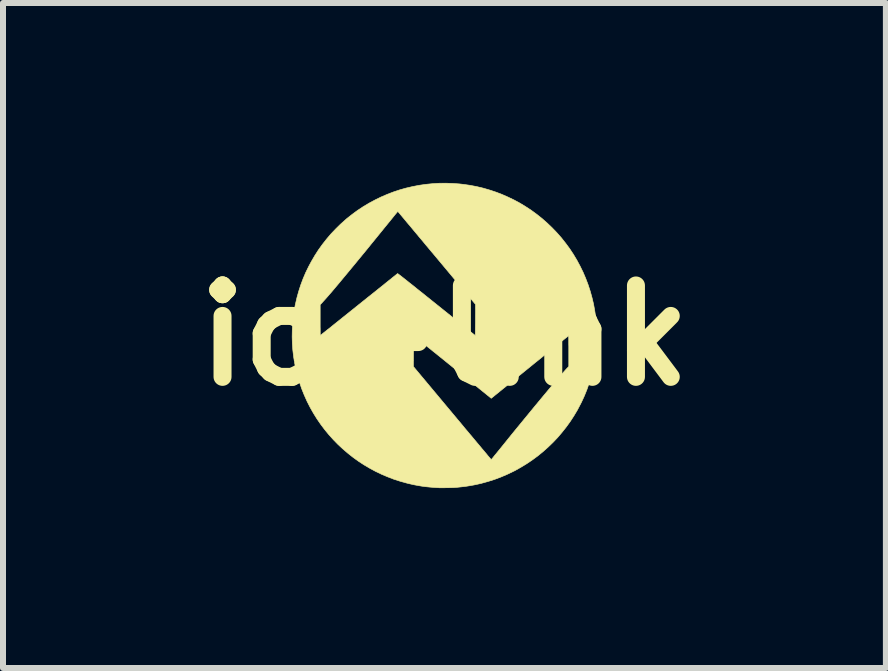
<source format=kicad_pcb>
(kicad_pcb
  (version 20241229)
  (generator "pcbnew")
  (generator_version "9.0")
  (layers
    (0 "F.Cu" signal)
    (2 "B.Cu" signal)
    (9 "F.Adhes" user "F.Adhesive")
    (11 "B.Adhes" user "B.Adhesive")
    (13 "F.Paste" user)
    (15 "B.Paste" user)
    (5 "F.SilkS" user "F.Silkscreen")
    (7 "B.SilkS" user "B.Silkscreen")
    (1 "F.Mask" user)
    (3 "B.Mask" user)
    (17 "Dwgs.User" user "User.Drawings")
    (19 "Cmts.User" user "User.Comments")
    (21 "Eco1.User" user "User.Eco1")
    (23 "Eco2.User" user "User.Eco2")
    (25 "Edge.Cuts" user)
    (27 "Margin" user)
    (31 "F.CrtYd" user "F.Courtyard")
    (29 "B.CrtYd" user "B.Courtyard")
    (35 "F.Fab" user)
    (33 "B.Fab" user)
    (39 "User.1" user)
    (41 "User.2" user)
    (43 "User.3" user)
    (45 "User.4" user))
  (footprint "io-link"
    (layer "F.Cu")
    (at 4.362 2.545)
    (property "Reference" "io-link" (at 0 0 0) (layer "F.SilkS") (effects (font (size 1.524 1.524) (thickness 0.3))))
    (attr through_hole)
    (fp_poly (pts (xy 0.137 -2.536) (xy 0.25 -2.528) (xy 0.312 -2.521) (xy 0.424 -2.505) (xy 0.535 -2.484) (xy 0.644 -2.458) (xy 0.751 -2.427) (xy 0.857 -2.392) (xy 0.961 -2.352) (xy 1.063 -2.307) (xy 1.163 -2.259) (xy 1.261 -2.206) (xy 1.356 -2.148) (xy 1.449 -2.087) (xy 1.539 -2.021) (xy 1.627 -1.951) (xy 1.711 -1.877) (xy 1.792 -1.8) (xy 1.871 -1.718) (xy 1.946 -1.633) (xy 1.952 -1.626) (xy 2.022 -1.537) (xy 2.089 -1.446) (xy 2.151 -1.352) (xy 2.209 -1.255) (xy 2.262 -1.156) (xy 2.311 -1.056) (xy 2.355 -0.953) (xy 2.395 -0.848) (xy 2.43 -0.741) (xy 2.46 -0.633) (xy 2.486 -0.524) (xy 2.506 -0.413) (xy 2.521 -0.312) (xy 2.532 -0.199) (xy 2.538 -0.086) (xy 2.54 0.026) (xy 2.536 0.139) (xy 2.528 0.251) (xy 2.514 0.362) (xy 2.496 0.473) (xy 2.473 0.582) (xy 2.445 0.691) (xy 2.412 0.798) (xy 2.375 0.903) (xy 2.333 1.007) (xy 2.286 1.109) (xy 2.268 1.144) (xy 2.215 1.245) (xy 2.157 1.342) (xy 2.095 1.437) (xy 2.029 1.528) (xy 1.959 1.616) (xy 1.886 1.702) (xy 1.809 1.783) (xy 1.728 1.861) (xy 1.644 1.936) (xy 1.557 2.007) (xy 1.466 2.074) (xy 1.373 2.137) (xy 1.276 2.196) (xy 1.177 2.252) (xy 1.144 2.268) (xy 1.044 2.316) (xy 0.943 2.359) (xy 0.84 2.398) (xy 0.734 2.432) (xy 0.626 2.462) (xy 0.624 2.463) (xy 0.555 2.479) (xy 0.488 2.493) (xy 0.42 2.505) (xy 0.351 2.516) (xy 0.281 2.524) (xy 0.206 2.532) (xy 0.163 2.535) (xy 0.152 2.536) (xy 0.137 2.536) (xy 0.119 2.537) (xy 0.098 2.537) (xy 0.075 2.538) (xy 0.051 2.538) (xy 0.026 2.538) (xy 0.001 2.539) (xy -0.022 2.539) (xy -0.044 2.539) (xy -0.063 2.539) (xy -0.079 2.539) (xy -0.091 2.539) (xy -0.095 2.538) (xy -0.171 2.534) (xy -0.243 2.528) (xy -0.312 2.521) (xy -0.379 2.512) (xy -0.444 2.501) (xy -0.509 2.489) (xy -0.575 2.474) (xy -0.629 2.461) (xy -0.737 2.431) (xy -0.843 2.397) (xy -0.947 2.357) (xy -1.049 2.314) (xy -1.149 2.266) (xy -1.247 2.213) (xy -1.342 2.157) (xy -1.434 2.097) (xy -1.524 2.032) (xy -1.61 1.964) (xy -1.694 1.892) (xy -1.775 1.817) (xy -1.852 1.738) (xy -1.926 1.656) (xy -1.996 1.571) (xy -2.063 1.482) (xy -2.126 1.391) (xy -2.185 1.296) (xy -2.24 1.199) (xy -2.291 1.099) (xy -2.337 0.996) (xy -2.338 0.994) (xy -2.38 0.89) (xy -2.416 0.785) (xy -2.449 0.678) (xy -2.476 0.57) (xy -2.487 0.518) (xy -0.518 0.518) (xy 0.13 1.294) (xy 0.176 1.349) (xy 0.221 1.403) (xy 0.265 1.455) (xy 0.308 1.507) (xy 0.349 1.557) (xy 0.39 1.605) (xy 0.429 1.652) (xy 0.467 1.697) (xy 0.503 1.74) (xy 0.537 1.781) (xy 0.57 1.82) (xy 0.601 1.857) (xy 0.629 1.891) (xy 0.656 1.922) (xy 0.68 1.951) (xy 0.702 1.977) (xy 0.721 2.001) (xy 0.738 2.021) (xy 0.752 2.037) (xy 0.764 2.051) (xy 0.772 2.061) (xy 0.778 2.067) (xy 0.78 2.07) (xy 0.78 2.07) (xy 0.782 2.067) (xy 0.787 2.062) (xy 0.794 2.053) (xy 0.804 2.042) (xy 0.815 2.028) (xy 0.828 2.012) (xy 0.842 1.994) (xy 0.855 1.979) (xy 0.929 1.888) (xy 1.001 1.799) (xy 1.071 1.712) (xy 1.139 1.628) (xy 1.206 1.546) (xy 1.271 1.467) (xy 1.333 1.391) (xy 1.394 1.317) (xy 1.452 1.246) (xy 1.508 1.178) (xy 1.562 1.113) (xy 1.614 1.05) (xy 1.663 0.991) (xy 1.71 0.935) (xy 1.754 0.882) (xy 1.796 0.832) (xy 1.835 0.786) (xy 1.871 0.743) (xy 1.905 0.703) (xy 1.936 0.668) (xy 1.964 0.635) (xy 1.989 0.607) (xy 2.011 0.582) (xy 2.03 0.561) (xy 2.046 0.544) (xy 2.073 0.516) (xy 2.073 0.259) (xy 2.073 0.219) (xy 2.073 0.181) (xy 2.072 0.147) (xy 2.072 0.115) (xy 2.072 0.087) (xy 2.072 0.063) (xy 2.072 0.042) (xy 2.071 0.025) (xy 2.071 0.013) (xy 2.071 0.006) (xy 2.07 0.003) (xy 2.07 0.003) (xy 2.068 0.005) (xy 2.062 0.009) (xy 2.053 0.017) (xy 2.04 0.028) (xy 2.023 0.041) (xy 2.003 0.057) (xy 1.981 0.075) (xy 1.955 0.096) (xy 1.927 0.119) (xy 1.896 0.144) (xy 1.862 0.171) (xy 1.826 0.2) (xy 1.788 0.23) (xy 1.748 0.263) (xy 1.706 0.297) (xy 1.662 0.332) (xy 1.617 0.369) (xy 1.57 0.407) (xy 1.522 0.445) (xy 1.473 0.485) (xy 1.424 0.525) (xy 0.78 1.047) (xy 0.134 0.524) (xy 0.084 0.484) (xy 0.035 0.444) (xy -0.013 0.405) (xy -0.06 0.367) (xy -0.105 0.331) (xy -0.149 0.295) (xy -0.191 0.262) (xy -0.231 0.229) (xy -0.269 0.199) (xy -0.305 0.17) (xy -0.338 0.143) (xy -0.369 0.118) (xy -0.398 0.095) (xy -0.423 0.074) (xy -0.446 0.056) (xy -0.465 0.04) (xy -0.482 0.027) (xy -0.495 0.017) (xy -0.504 0.009) (xy -0.51 0.005) (xy -0.512 0.003) (xy -0.512 0.003) (xy -0.512 0.006) (xy -0.512 0.013) (xy -0.513 0.025) (xy -0.513 0.04) (xy -0.513 0.059) (xy -0.514 0.08) (xy -0.514 0.105) (xy -0.514 0.131) (xy -0.515 0.159) (xy -0.515 0.188) (xy -0.516 0.218) (xy -0.516 0.249) (xy -0.516 0.28) (xy -0.517 0.31) (xy -0.517 0.339) (xy -0.517 0.367) (xy -0.517 0.394) (xy -0.518 0.418) (xy -0.518 0.44) (xy -0.518 0.459) (xy -0.518 0.475) (xy -0.518 0.481) (xy -0.518 0.518) (xy -2.487 0.518) (xy -2.498 0.462) (xy -2.516 0.353) (xy -2.529 0.243) (xy -2.537 0.133) (xy -2.54 0.022) (xy -2.538 -0.088) (xy -2.532 -0.198) (xy -2.521 -0.308) (xy -2.506 -0.417) (xy -2.488 -0.513) (xy -2.073 -0.513) (xy -2.073 -0.257) (xy -2.073 -0.214) (xy -2.073 -0.176) (xy -2.073 -0.143) (xy -2.072 -0.114) (xy -2.072 -0.089) (xy -2.072 -0.067) (xy -2.072 -0.05) (xy -2.072 -0.035) (xy -2.072 -0.024) (xy -2.071 -0.015) (xy -2.071 -0.009) (xy -2.07 -0.004) (xy -2.07 -0.002) (xy -2.069 -0.002) (xy -2.069 -0.002) (xy -2.067 -0.004) (xy -2.061 -0.008) (xy -2.051 -0.016) (xy -2.038 -0.027) (xy -2.022 -0.04) (xy -2.002 -0.056) (xy -1.979 -0.074) (xy -1.953 -0.095) (xy -1.924 -0.117) (xy -1.893 -0.142) (xy -1.86 -0.169) (xy -1.824 -0.198) (xy -1.785 -0.229) (xy -1.745 -0.261) (xy -1.703 -0.295) (xy -1.659 -0.33) (xy -1.614 -0.366) (xy -1.567 -0.404) (xy -1.519 -0.442) (xy -1.47 -0.482) (xy -1.426 -0.517) (xy -1.376 -0.557) (xy -1.327 -0.596) (xy -1.279 -0.635) (xy -1.232 -0.672) (xy -1.187 -0.708) (xy -1.143 -0.743) (xy -1.101 -0.777) (xy -1.061 -0.809) (xy -1.023 -0.839) (xy -0.988 -0.868) (xy -0.954 -0.895) (xy -0.923 -0.92) (xy -0.895 -0.942) (xy -0.87 -0.963) (xy -0.847 -0.981) (xy -0.828 -0.996) (xy -0.812 -1.009) (xy -0.799 -1.019) (xy -0.79 -1.027) (xy -0.784 -1.031) (xy -0.782 -1.033) (xy -0.781 -1.033) (xy -0.78 -1.032) (xy -0.777 -1.03) (xy -0.773 -1.027) (xy -0.768 -1.024) (xy -0.761 -1.019) (xy -0.753 -1.012) (xy -0.743 -1.005) (xy -0.731 -0.996) (xy -0.717 -0.985) (xy -0.702 -0.973) (xy -0.684 -0.959) (xy -0.664 -0.943) (xy -0.641 -0.925) (xy -0.616 -0.905) (xy -0.589 -0.883) (xy -0.558 -0.859) (xy -0.525 -0.833) (xy -0.489 -0.804) (xy -0.45 -0.772) (xy -0.407 -0.738) (xy -0.361 -0.702) (xy -0.312 -0.662) (xy -0.259 -0.62) (xy -0.202 -0.574) (xy -0.142 -0.526) (xy -0.132 -0.518) (xy 0.514 0.000176) (xy 0.516 -0.18) (xy 0.517 -0.212) (xy 0.517 -0.245) (xy 0.517 -0.278) (xy 0.517 -0.31) (xy 0.517 -0.341) (xy 0.518 -0.37) (xy 0.518 -0.395) (xy 0.518 -0.418) (xy 0.518 -0.436) (xy 0.517 -0.44) (xy 0.517 -0.52) (xy -0.129 -1.294) (xy -0.175 -1.349) (xy -0.22 -1.402) (xy -0.264 -1.455) (xy -0.307 -1.506) (xy -0.348 -1.556) (xy -0.389 -1.605) (xy -0.428 -1.651) (xy -0.465 -1.696) (xy -0.502 -1.74) (xy -0.536 -1.781) (xy -0.568 -1.82) (xy -0.599 -1.856) (xy -0.628 -1.89) (xy -0.654 -1.922) (xy -0.678 -1.951) (xy -0.7 -1.977) (xy -0.719 -2) (xy -0.736 -2.02) (xy -0.75 -2.037) (xy -0.761 -2.05) (xy -0.77 -2.06) (xy -0.775 -2.066) (xy -0.777 -2.069) (xy -0.777 -2.069) (xy -0.779 -2.067) (xy -0.784 -2.062) (xy -0.791 -2.055) (xy -0.8 -2.044) (xy -0.81 -2.032) (xy -0.817 -2.024) (xy -0.904 -1.916) (xy -0.989 -1.812) (xy -1.07 -1.712) (xy -1.148 -1.616) (xy -1.223 -1.524) (xy -1.295 -1.435) (xy -1.364 -1.351) (xy -1.43 -1.271) (xy -1.492 -1.195) (xy -1.552 -1.123) (xy -1.608 -1.055) (xy -1.662 -0.99) (xy -1.712 -0.93) (xy -1.759 -0.873) (xy -1.803 -0.821) (xy -1.844 -0.772) (xy -1.882 -0.727) (xy -1.917 -0.687) (xy -1.949 -0.65) (xy -1.978 -0.617) (xy -2.004 -0.588) (xy -2.027 -0.563) (xy -2.039 -0.549) (xy -2.073 -0.513) (xy -2.488 -0.513) (xy -2.485 -0.525) (xy -2.46 -0.633) (xy -2.43 -0.74) (xy -2.396 -0.845) (xy -2.357 -0.949) (xy -2.313 -1.052) (xy -2.264 -1.152) (xy -2.22 -1.234) (xy -2.163 -1.332) (xy -2.102 -1.427) (xy -2.036 -1.519) (xy -1.966 -1.608) (xy -1.893 -1.694) (xy -1.815 -1.776) (xy -1.735 -1.855) (xy -1.65 -1.931) (xy -1.626 -1.952) (xy -1.537 -2.022) (xy -1.446 -2.089) (xy -1.352 -2.151) (xy -1.256 -2.208) (xy -1.157 -2.261) (xy -1.057 -2.31) (xy -0.955 -2.354) (xy -0.851 -2.394) (xy -0.746 -2.429) (xy -0.639 -2.459) (xy -0.531 -2.484) (xy -0.422 -2.505) (xy -0.311 -2.521) (xy -0.2 -2.532) (xy -0.088 -2.539) (xy 0.024 -2.54) (xy 0.137 -2.536)) (stroke (width 0.01) (type solid)) (fill yes) (layer "F.SilkS")))
  (gr_rect
    (start -3 -3)
    (end 11.723 8.089)
    (stroke (width 0.1) (type default))
    (fill no)
    (layer "Edge.Cuts")))
</source>
